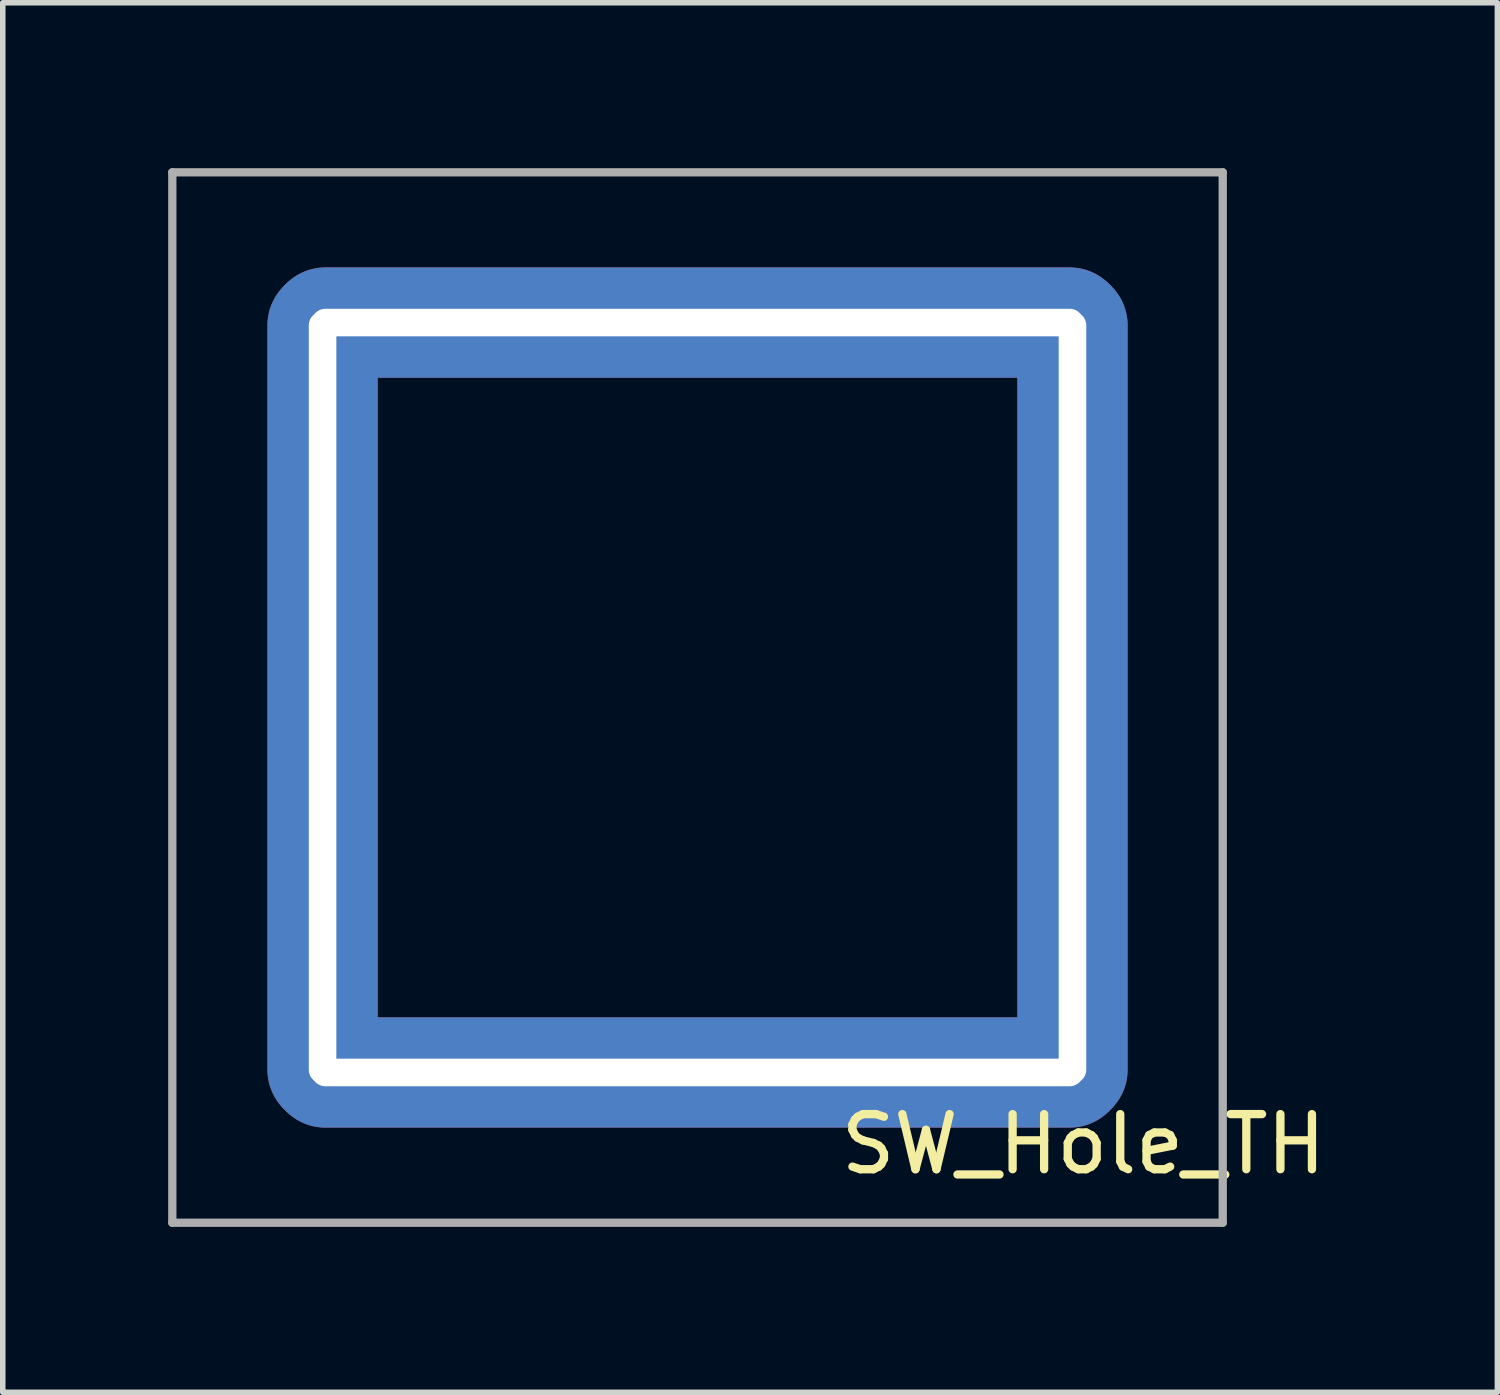
<source format=kicad_pcb>
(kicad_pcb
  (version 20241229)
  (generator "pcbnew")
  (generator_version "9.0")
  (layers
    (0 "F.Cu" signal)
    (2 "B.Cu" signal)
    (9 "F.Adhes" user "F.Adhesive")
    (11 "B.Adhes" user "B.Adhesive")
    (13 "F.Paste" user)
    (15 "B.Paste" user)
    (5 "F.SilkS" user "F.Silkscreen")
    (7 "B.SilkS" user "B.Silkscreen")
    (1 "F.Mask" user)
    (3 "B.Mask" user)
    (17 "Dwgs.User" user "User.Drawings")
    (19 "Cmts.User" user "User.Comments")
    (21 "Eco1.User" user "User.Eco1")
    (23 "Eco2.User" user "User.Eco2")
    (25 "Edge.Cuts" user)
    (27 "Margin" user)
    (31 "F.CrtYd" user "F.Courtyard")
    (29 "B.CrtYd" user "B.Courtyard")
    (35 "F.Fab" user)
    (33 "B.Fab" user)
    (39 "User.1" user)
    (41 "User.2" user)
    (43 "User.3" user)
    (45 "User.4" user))
  (footprint "SW_Hole_TH"
    (layer "F.Cu")
    (at 9.6 9.6)
    (property "Reference" "SW_Hole_TH" (at 7 8.1 0) (layer "F.SilkS") (effects (font (size 1 1) (thickness 0.15))))
    (attr through_hole)
    (fp_line (start -9.525 -9.525) (end -9.525 9.525) (stroke (width 0.15) (type solid)) (layer "F.Fab"))
    (fp_line (start -9.525 9.525) (end 9.525 9.525) (stroke (width 0.15) (type solid)) (layer "F.Fab"))
    (fp_line (start 9.525 -9.525) (end -9.525 -9.525) (stroke (width 0.15) (type solid)) (layer "F.Fab"))
    (fp_line (start 9.525 9.525) (end 9.525 -9.525) (stroke (width 0.15) (type solid)) (layer "F.Fab"))
    (pad "1" thru_hole oval (at -6.8 0) (size 2 15.5) (drill oval 0.5 14) (layers "*.Cu" "*.Mask"))
    (pad "1" thru_hole oval (at 0 -6.8 90) (size 2 15.5) (drill oval 0.5 14) (layers "*.Cu" "*.Mask"))
    (pad "1" thru_hole oval (at 0 6.8 90) (size 2 15.5) (drill oval 0.5 14) (layers "*.Cu" "*.Mask"))
    (pad "1" thru_hole oval (at 6.8 0) (size 2 15.5) (drill oval 0.5 14) (layers "*.Cu" "*.Mask")))
  (gr_rect
    (start -3 -3)
    (end 24.106 22.2)
    (stroke (width 0.1) (type default))
    (fill no)
    (layer "Edge.Cuts")))
</source>
